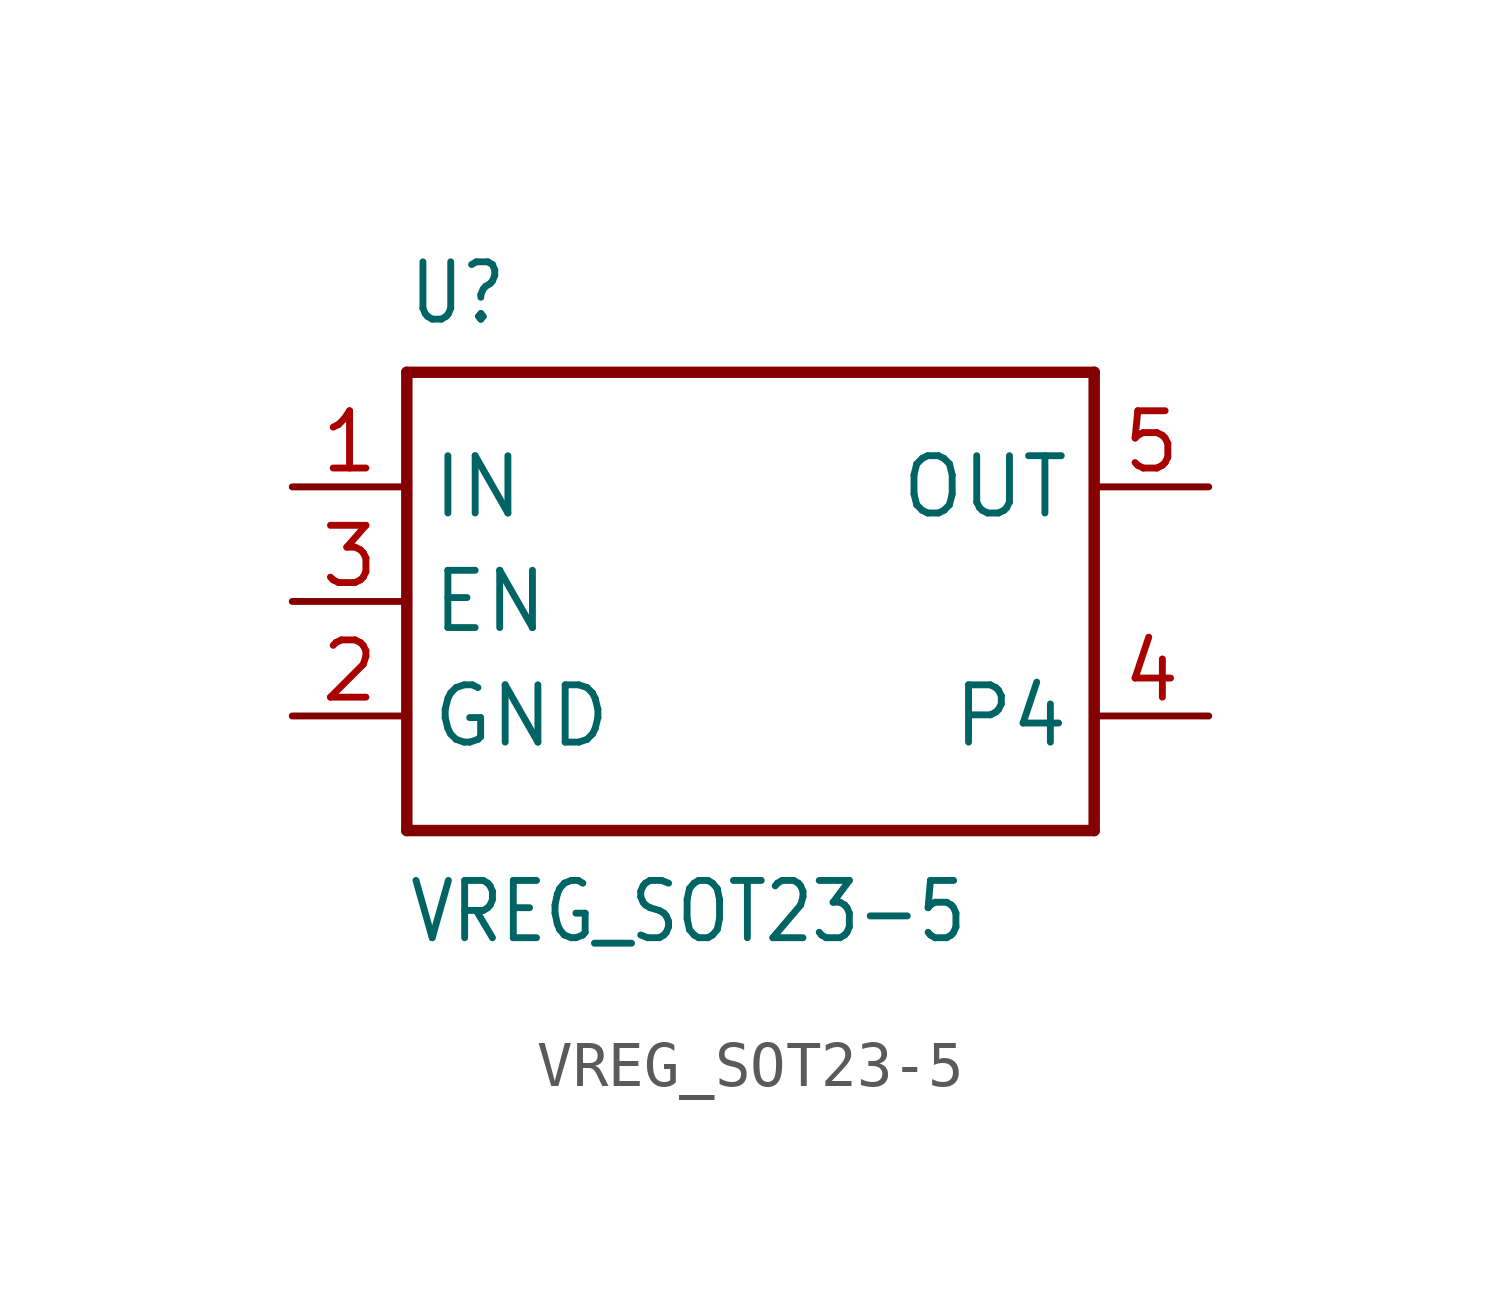
<source format=kicad_sym>
(kicad_symbol_lib
  (version 20211014)
  (generator kicad_symbol_editor)
  (symbol "VREG_SOT23-5"
    (property "Reference" "U"
      (at -7.62 6.096 0)
      (effects (font (size 1.27 1.079)) (justify left bottom)))
    (property "Value" "VREG_SOT23-5"
      (at -7.62 -7.62 0)
      (effects (font (size 1.27 1.079)) (justify left bottom)))
    (property "ki_locked" ""
      (at 0 0 0)
      (effects (font (size 1.27 1.27))))
    (symbol "VREG_SOT23-5_1_0"
      (polyline (pts (xy -7.62 -5.08) (xy -7.62 5.08)) (stroke (width 0.254) (type default) (color 0 0 0 0)) (fill (type none)))
      (polyline (pts (xy -7.62 5.08) (xy 7.62 5.08)) (stroke (width 0.254) (type default) (color 0 0 0 0)) (fill (type none)))
      (polyline (pts (xy 7.62 -5.08) (xy -7.62 -5.08)) (stroke (width 0.254) (type default) (color 0 0 0 0)) (fill (type none)))
      (polyline (pts (xy 7.62 5.08) (xy 7.62 -5.08)) (stroke (width 0.254) (type default) (color 0 0 0 0)) (fill (type none)))
      (pin bidirectional line (at -10.16 2.54 0) (length 2.54) (name "IN" (effects (font (size 1.27 1.27)))) (number "1" (effects (font (size 1.27 1.27)))))
      (pin bidirectional line (at -10.16 -2.54 0) (length 2.54) (name "GND" (effects (font (size 1.27 1.27)))) (number "2" (effects (font (size 1.27 1.27)))))
      (pin bidirectional line (at -10.16 0 0) (length 2.54) (name "EN" (effects (font (size 1.27 1.27)))) (number "3" (effects (font (size 1.27 1.27)))))
      (pin bidirectional line (at 10.16 -2.54 180) (length 2.54) (name "P4" (effects (font (size 1.27 1.27)))) (number "4" (effects (font (size 1.27 1.27)))))
      (pin bidirectional line (at 10.16 2.54 180) (length 2.54) (name "OUT" (effects (font (size 1.27 1.27)))) (number "5" (effects (font (size 1.27 1.27))))))))
</source>
